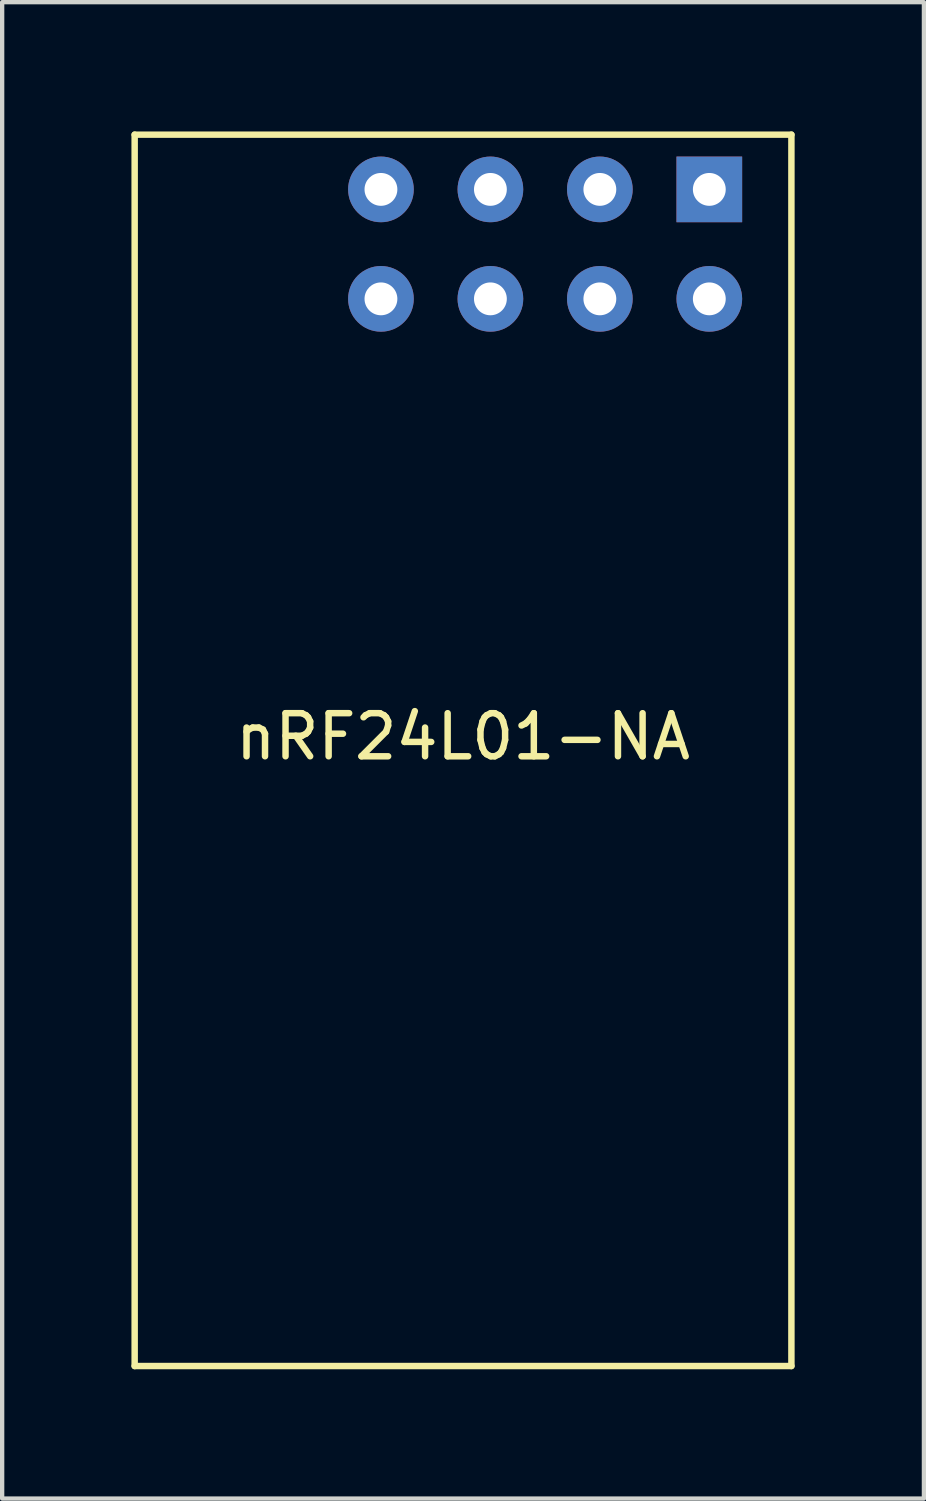
<source format=kicad_pcb>
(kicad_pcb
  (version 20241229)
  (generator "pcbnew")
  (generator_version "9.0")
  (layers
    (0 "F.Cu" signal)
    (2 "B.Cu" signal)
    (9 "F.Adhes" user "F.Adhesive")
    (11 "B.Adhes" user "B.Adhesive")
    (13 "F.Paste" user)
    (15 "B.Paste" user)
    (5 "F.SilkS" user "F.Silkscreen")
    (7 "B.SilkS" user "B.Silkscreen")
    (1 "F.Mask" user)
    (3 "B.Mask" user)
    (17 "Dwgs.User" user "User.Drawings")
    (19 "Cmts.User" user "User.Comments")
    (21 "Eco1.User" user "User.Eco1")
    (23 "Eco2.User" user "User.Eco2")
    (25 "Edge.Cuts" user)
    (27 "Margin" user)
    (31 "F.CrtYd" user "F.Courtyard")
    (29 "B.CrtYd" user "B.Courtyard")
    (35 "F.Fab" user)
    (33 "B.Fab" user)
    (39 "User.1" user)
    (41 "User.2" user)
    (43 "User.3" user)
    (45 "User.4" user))
  (footprint "nRF24L01-NA"
    (layer "F.Cu")
    (at 7.695 15.315)
    (property "Reference" "nRF24L01-NA" (at 0 -1.27 0) (layer "F.SilkS") (effects (font (size 1 1) (thickness 0.15))))
    (attr through_hole)
    (fp_line (start -7.62 -15.24) (end -7.62 13.335) (stroke (width 0.15) (type solid)) (layer "F.SilkS"))
    (fp_line (start -7.62 13.335) (end 7.62 13.335) (stroke (width 0.15) (type solid)) (layer "F.SilkS"))
    (fp_line (start 7.62 -15.24) (end -7.62 -15.24) (stroke (width 0.15) (type solid)) (layer "F.SilkS"))
    (fp_line (start 7.62 13.335) (end 7.62 -15.24) (stroke (width 0.15) (type solid)) (layer "F.SilkS"))
    (pad "1" thru_hole rect (at 5.715 -13.97) (size 1.524 1.524) (drill 0.762) (layers "*.Cu" "*.Mask"))
    (pad "2" thru_hole circle (at 3.175 -13.97) (size 1.524 1.524) (drill 0.762) (layers "*.Cu" "*.Mask"))
    (pad "3" thru_hole circle (at 0.635 -13.97) (size 1.524 1.524) (drill 0.762) (layers "*.Cu" "*.Mask"))
    (pad "4" thru_hole circle (at -1.905 -13.97) (size 1.524 1.524) (drill 0.762) (layers "*.Cu" "*.Mask"))
    (pad "5" thru_hole circle (at -1.905 -11.43) (size 1.524 1.524) (drill 0.762) (layers "*.Cu" "*.Mask"))
    (pad "6" thru_hole circle (at 0.635 -11.43) (size 1.524 1.524) (drill 0.762) (layers "*.Cu" "*.Mask"))
    (pad "7" thru_hole circle (at 3.175 -11.43) (size 1.524 1.524) (drill 0.762) (layers "*.Cu" "*.Mask"))
    (pad "8" thru_hole circle (at 5.715 -11.43) (size 1.524 1.524) (drill 0.762) (layers "*.Cu" "*.Mask")))
  (gr_rect
    (start -3 -3)
    (end 18.39 31.725)
    (stroke (width 0.1) (type default))
    (fill no)
    (layer "Edge.Cuts")))
</source>
